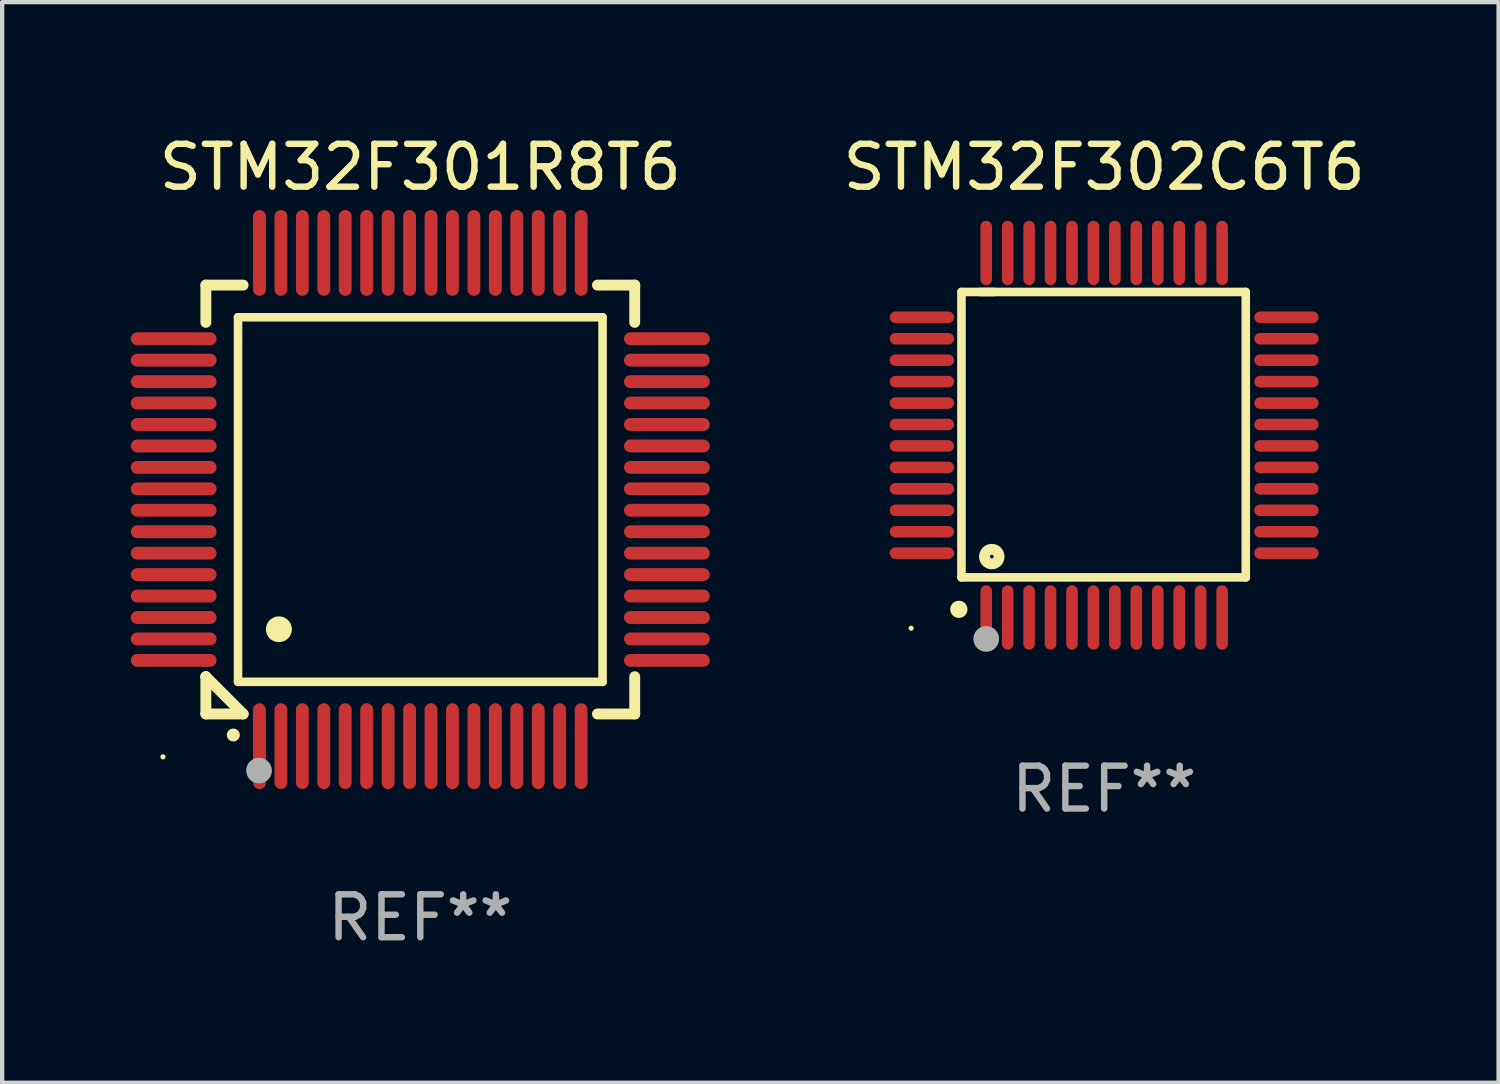
<source format=kicad_pcb>
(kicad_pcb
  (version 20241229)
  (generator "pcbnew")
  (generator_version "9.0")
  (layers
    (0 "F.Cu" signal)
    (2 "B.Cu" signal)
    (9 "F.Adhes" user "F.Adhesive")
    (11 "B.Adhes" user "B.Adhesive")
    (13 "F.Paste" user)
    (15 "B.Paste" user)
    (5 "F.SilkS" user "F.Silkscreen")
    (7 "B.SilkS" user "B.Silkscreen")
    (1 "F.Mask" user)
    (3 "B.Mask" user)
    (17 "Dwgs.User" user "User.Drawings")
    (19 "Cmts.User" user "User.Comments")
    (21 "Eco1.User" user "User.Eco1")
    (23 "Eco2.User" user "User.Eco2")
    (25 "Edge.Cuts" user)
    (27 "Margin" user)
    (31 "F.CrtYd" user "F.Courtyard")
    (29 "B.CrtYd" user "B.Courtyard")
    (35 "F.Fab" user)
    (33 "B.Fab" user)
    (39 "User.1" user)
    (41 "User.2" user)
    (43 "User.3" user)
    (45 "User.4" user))
  (footprint "STM32F302C6T6"
    (layer "F.Cu")
    (at 22.696 7.098)
    (property "Reference" "STM32F302C6T6" (at 0 -6.25 0) (layer "F.SilkS") (effects (font (size 1 1) (thickness 0.15))))
    (attr through_hole)
    (fp_line (start -3.327 -3.34) (end -2.565 -3.34) (stroke (width 0.2) (type solid)) (layer "F.SilkS"))
    (fp_line (start -3.327 3.315) (end -3.327 -3.34) (stroke (width 0.2) (type solid)) (layer "F.SilkS"))
    (fp_line (start -2.896 -3.34) (end 3.302 -3.34) (stroke (width 0.2) (type solid)) (layer "F.SilkS"))
    (fp_line (start 3.302 -3.34) (end 3.302 3.315) (stroke (width 0.2) (type solid)) (layer "F.SilkS"))
    (fp_line (start 3.302 3.315) (end -3.327 3.315) (stroke (width 0.2) (type solid)) (layer "F.SilkS"))
    (fp_arc (start -3.389992 4.059995) (mid -3.388722 4.059991) (end -3.387452 4.059995) (stroke (width 0.4) (type solid)) (layer "F.SilkS"))
    (fp_circle (center -4.5 4.5) (end -4.47 4.5) (stroke (width 0.06) (type solid)) (fill no) (layer "F.SilkS"))
    (fp_circle (center -2.62 2.83) (end -2.45 2.83) (stroke (width 0.254) (type solid)) (fill no) (layer "F.SilkS"))
    (fp_circle (center -2.75 4.75) (end -2.6 4.75) (stroke (width 0.3) (type solid)) (fill no) (layer "F.Fab"))
    (fp_text user "REF**" (at 0 8.25 0) (layer "F.Fab") (effects (font (size 1 1) (thickness 0.15))))
    (pad "1" smd oval (at -2.75 4.25) (size 0.27 1.5) (layers "F.Cu" "F.Mask" "F.Paste"))
    (pad "2" smd oval (at -2.25 4.25) (size 0.27 1.5) (layers "F.Cu" "F.Mask" "F.Paste"))
    (pad "3" smd oval (at -1.75 4.25) (size 0.27 1.5) (layers "F.Cu" "F.Mask" "F.Paste"))
    (pad "4" smd oval (at -1.25 4.25) (size 0.27 1.5) (layers "F.Cu" "F.Mask" "F.Paste"))
    (pad "5" smd oval (at -0.75 4.25) (size 0.27 1.5) (layers "F.Cu" "F.Mask" "F.Paste"))
    (pad "6" smd oval (at -0.25 4.25) (size 0.27 1.5) (layers "F.Cu" "F.Mask" "F.Paste"))
    (pad "7" smd oval (at 0.25 4.25) (size 0.27 1.5) (layers "F.Cu" "F.Mask" "F.Paste"))
    (pad "8" smd oval (at 0.75 4.25) (size 0.27 1.5) (layers "F.Cu" "F.Mask" "F.Paste"))
    (pad "9" smd oval (at 1.25 4.25) (size 0.27 1.5) (layers "F.Cu" "F.Mask" "F.Paste"))
    (pad "10" smd oval (at 1.75 4.25) (size 0.27 1.5) (layers "F.Cu" "F.Mask" "F.Paste"))
    (pad "11" smd oval (at 2.25 4.25) (size 0.27 1.5) (layers "F.Cu" "F.Mask" "F.Paste"))
    (pad "12" smd oval (at 2.75 4.25) (size 0.27 1.5) (layers "F.Cu" "F.Mask" "F.Paste"))
    (pad "13" smd oval (at 4.25 2.75) (size 1.5 0.27) (layers "F.Cu" "F.Mask" "F.Paste"))
    (pad "14" smd oval (at 4.25 2.25) (size 1.5 0.27) (layers "F.Cu" "F.Mask" "F.Paste"))
    (pad "15" smd oval (at 4.25 1.75) (size 1.5 0.27) (layers "F.Cu" "F.Mask" "F.Paste"))
    (pad "16" smd oval (at 4.25 1.25) (size 1.5 0.27) (layers "F.Cu" "F.Mask" "F.Paste"))
    (pad "17" smd oval (at 4.25 0.75) (size 1.5 0.27) (layers "F.Cu" "F.Mask" "F.Paste"))
    (pad "18" smd oval (at 4.25 0.25) (size 1.5 0.27) (layers "F.Cu" "F.Mask" "F.Paste"))
    (pad "19" smd oval (at 4.25 -0.25) (size 1.5 0.27) (layers "F.Cu" "F.Mask" "F.Paste"))
    (pad "20" smd oval (at 4.25 -0.75) (size 1.5 0.27) (layers "F.Cu" "F.Mask" "F.Paste"))
    (pad "21" smd oval (at 4.25 -1.25) (size 1.5 0.27) (layers "F.Cu" "F.Mask" "F.Paste"))
    (pad "22" smd oval (at 4.25 -1.75) (size 1.5 0.27) (layers "F.Cu" "F.Mask" "F.Paste"))
    (pad "23" smd oval (at 4.25 -2.25) (size 1.5 0.27) (layers "F.Cu" "F.Mask" "F.Paste"))
    (pad "24" smd oval (at 4.25 -2.75) (size 1.5 0.27) (layers "F.Cu" "F.Mask" "F.Paste"))
    (pad "25" smd oval (at 2.75 -4.25) (size 0.27 1.5) (layers "F.Cu" "F.Mask" "F.Paste"))
    (pad "26" smd oval (at 2.25 -4.25) (size 0.27 1.5) (layers "F.Cu" "F.Mask" "F.Paste"))
    (pad "27" smd oval (at 1.75 -4.25) (size 0.27 1.5) (layers "F.Cu" "F.Mask" "F.Paste"))
    (pad "28" smd oval (at 1.25 -4.25) (size 0.27 1.5) (layers "F.Cu" "F.Mask" "F.Paste"))
    (pad "29" smd oval (at 0.75 -4.25) (size 0.27 1.5) (layers "F.Cu" "F.Mask" "F.Paste"))
    (pad "30" smd oval (at 0.25 -4.25) (size 0.27 1.5) (layers "F.Cu" "F.Mask" "F.Paste"))
    (pad "31" smd oval (at -0.25 -4.25) (size 0.27 1.5) (layers "F.Cu" "F.Mask" "F.Paste"))
    (pad "32" smd oval (at -0.75 -4.25) (size 0.27 1.5) (layers "F.Cu" "F.Mask" "F.Paste"))
    (pad "33" smd oval (at -1.25 -4.25) (size 0.27 1.5) (layers "F.Cu" "F.Mask" "F.Paste"))
    (pad "34" smd oval (at -1.75 -4.25) (size 0.27 1.5) (layers "F.Cu" "F.Mask" "F.Paste"))
    (pad "35" smd oval (at -2.25 -4.25) (size 0.27 1.5) (layers "F.Cu" "F.Mask" "F.Paste"))
    (pad "36" smd oval (at -2.75 -4.25) (size 0.27 1.5) (layers "F.Cu" "F.Mask" "F.Paste"))
    (pad "37" smd oval (at -4.25 -2.75) (size 1.5 0.27) (layers "F.Cu" "F.Mask" "F.Paste"))
    (pad "38" smd oval (at -4.25 -2.25) (size 1.5 0.27) (layers "F.Cu" "F.Mask" "F.Paste"))
    (pad "39" smd oval (at -4.25 -1.75) (size 1.5 0.27) (layers "F.Cu" "F.Mask" "F.Paste"))
    (pad "40" smd oval (at -4.25 -1.25) (size 1.5 0.27) (layers "F.Cu" "F.Mask" "F.Paste"))
    (pad "41" smd oval (at -4.25 -0.75) (size 1.5 0.27) (layers "F.Cu" "F.Mask" "F.Paste"))
    (pad "42" smd oval (at -4.25 -0.25) (size 1.5 0.27) (layers "F.Cu" "F.Mask" "F.Paste"))
    (pad "43" smd oval (at -4.25 0.25) (size 1.5 0.27) (layers "F.Cu" "F.Mask" "F.Paste"))
    (pad "44" smd oval (at -4.25 0.75) (size 1.5 0.27) (layers "F.Cu" "F.Mask" "F.Paste"))
    (pad "45" smd oval (at -4.25 1.25) (size 1.5 0.27) (layers "F.Cu" "F.Mask" "F.Paste"))
    (pad "46" smd oval (at -4.25 1.75) (size 1.5 0.27) (layers "F.Cu" "F.Mask" "F.Paste"))
    (pad "47" smd oval (at -4.25 2.25) (size 1.5 0.27) (layers "F.Cu" "F.Mask" "F.Paste"))
    (pad "48" smd oval (at -4.25 2.75) (size 1.5 0.27) (layers "F.Cu" "F.Mask" "F.Paste")))
  (footprint "STM32F301R8T6"
    (layer "F.Cu")
    (at 6.75 8.598)
    (property "Reference" "STM32F301R8T6" (at 0 -7.75 0) (layer "F.SilkS") (effects (font (size 1 1) (thickness 0.15))))
    (attr through_hole)
    (fp_line (start -5 -5) (end -4.131 -5) (stroke (width 0.254) (type solid)) (layer "F.SilkS"))
    (fp_line (start -5 -4.131) (end -5 -5) (stroke (width 0.254) (type solid)) (layer "F.SilkS"))
    (fp_line (start -5 4.131) (end -5 4.131) (stroke (width 0.254) (type solid)) (layer "F.SilkS"))
    (fp_line (start -5 5) (end -5 4.131) (stroke (width 0.254) (type solid)) (layer "F.SilkS"))
    (fp_line (start -5 4.131) (end -4.131 5) (stroke (width 0.254) (type solid)) (layer "F.SilkS"))
    (fp_line (start -4.25 -4.25) (end -4.25 4.25) (stroke (width 0.2) (type solid)) (layer "F.SilkS"))
    (fp_line (start -4.25 4.25) (end 4.25 4.25) (stroke (width 0.2) (type solid)) (layer "F.SilkS"))
    (fp_line (start -4.131 5) (end -5 5) (stroke (width 0.254) (type solid)) (layer "F.SilkS"))
    (fp_line (start 4.25 -4.25) (end -4.25 -4.25) (stroke (width 0.2) (type solid)) (layer "F.SilkS"))
    (fp_line (start 4.25 4.25) (end 4.25 -4.25) (stroke (width 0.2) (type solid)) (layer "F.SilkS"))
    (fp_line (start 5 -5) (end 4.131 -5) (stroke (width 0.254) (type solid)) (layer "F.SilkS"))
    (fp_line (start 5 -5) (end 5 -4.131) (stroke (width 0.254) (type solid)) (layer "F.SilkS"))
    (fp_line (start 5 4.131) (end 5 5) (stroke (width 0.254) (type solid)) (layer "F.SilkS"))
    (fp_line (start 5 5) (end 4.131 5) (stroke (width 0.254) (type solid)) (layer "F.SilkS"))
    (fp_arc (start -4.361265 5.489992) (mid -4.359995 5.489987) (end -4.358725 5.489992) (stroke (width 0.3) (type solid)) (layer "F.SilkS"))
    (fp_arc (start -3.299467 3.025146) (mid -3.296927 3.025135) (end -3.294387 3.025146) (stroke (width 0.6) (type solid)) (layer "F.SilkS"))
    (fp_circle (center -6 6) (end -5.97 6) (stroke (width 0.06) (type solid)) (fill no) (layer "F.SilkS"))
    (fp_circle (center -3.76 6.32) (end -3.61 6.32) (stroke (width 0.3) (type solid)) (fill no) (layer "F.Fab"))
    (fp_text user "REF**" (at 0 9.75 0) (layer "F.Fab") (effects (font (size 1 1) (thickness 0.15))))
    (pad "1" smd oval (at -3.75 5.75) (size 0.3 2) (layers "F.Cu" "F.Mask" "F.Paste"))
    (pad "2" smd oval (at -3.25 5.75) (size 0.3 2) (layers "F.Cu" "F.Mask" "F.Paste"))
    (pad "3" smd oval (at -2.75 5.75) (size 0.3 2) (layers "F.Cu" "F.Mask" "F.Paste"))
    (pad "4" smd oval (at -2.25 5.75) (size 0.3 2) (layers "F.Cu" "F.Mask" "F.Paste"))
    (pad "5" smd oval (at -1.75 5.75) (size 0.3 2) (layers "F.Cu" "F.Mask" "F.Paste"))
    (pad "6" smd oval (at -1.25 5.75) (size 0.3 2) (layers "F.Cu" "F.Mask" "F.Paste"))
    (pad "7" smd oval (at -0.75 5.75) (size 0.3 2) (layers "F.Cu" "F.Mask" "F.Paste"))
    (pad "8" smd oval (at -0.25 5.75) (size 0.3 2) (layers "F.Cu" "F.Mask" "F.Paste"))
    (pad "9" smd oval (at 0.25 5.75) (size 0.3 2) (layers "F.Cu" "F.Mask" "F.Paste"))
    (pad "10" smd oval (at 0.75 5.75) (size 0.3 2) (layers "F.Cu" "F.Mask" "F.Paste"))
    (pad "11" smd oval (at 1.25 5.75) (size 0.3 2) (layers "F.Cu" "F.Mask" "F.Paste"))
    (pad "12" smd oval (at 1.75 5.75) (size 0.3 2) (layers "F.Cu" "F.Mask" "F.Paste"))
    (pad "13" smd oval (at 2.25 5.75) (size 0.3 2) (layers "F.Cu" "F.Mask" "F.Paste"))
    (pad "14" smd oval (at 2.75 5.75) (size 0.3 2) (layers "F.Cu" "F.Mask" "F.Paste"))
    (pad "15" smd oval (at 3.25 5.75) (size 0.3 2) (layers "F.Cu" "F.Mask" "F.Paste"))
    (pad "16" smd oval (at 3.75 5.75) (size 0.3 2) (layers "F.Cu" "F.Mask" "F.Paste"))
    (pad "17" smd oval (at 5.75 3.75) (size 2 0.3) (layers "F.Cu" "F.Mask" "F.Paste"))
    (pad "18" smd oval (at 5.75 3.25) (size 2 0.3) (layers "F.Cu" "F.Mask" "F.Paste"))
    (pad "19" smd oval (at 5.75 2.75) (size 2 0.3) (layers "F.Cu" "F.Mask" "F.Paste"))
    (pad "20" smd oval (at 5.75 2.25) (size 2 0.3) (layers "F.Cu" "F.Mask" "F.Paste"))
    (pad "21" smd oval (at 5.75 1.75) (size 2 0.3) (layers "F.Cu" "F.Mask" "F.Paste"))
    (pad "22" smd oval (at 5.75 1.25) (size 2 0.3) (layers "F.Cu" "F.Mask" "F.Paste"))
    (pad "23" smd oval (at 5.75 0.75) (size 2 0.3) (layers "F.Cu" "F.Mask" "F.Paste"))
    (pad "24" smd oval (at 5.75 0.25) (size 2 0.3) (layers "F.Cu" "F.Mask" "F.Paste"))
    (pad "25" smd oval (at 5.75 -0.25) (size 2 0.3) (layers "F.Cu" "F.Mask" "F.Paste"))
    (pad "26" smd oval (at 5.75 -0.75) (size 2 0.3) (layers "F.Cu" "F.Mask" "F.Paste"))
    (pad "27" smd oval (at 5.75 -1.25) (size 2 0.3) (layers "F.Cu" "F.Mask" "F.Paste"))
    (pad "28" smd oval (at 5.75 -1.75) (size 2 0.3) (layers "F.Cu" "F.Mask" "F.Paste"))
    (pad "29" smd oval (at 5.75 -2.25) (size 2 0.3) (layers "F.Cu" "F.Mask" "F.Paste"))
    (pad "30" smd oval (at 5.75 -2.75) (size 2 0.3) (layers "F.Cu" "F.Mask" "F.Paste"))
    (pad "31" smd oval (at 5.75 -3.25) (size 2 0.3) (layers "F.Cu" "F.Mask" "F.Paste"))
    (pad "32" smd oval (at 5.75 -3.75) (size 2 0.3) (layers "F.Cu" "F.Mask" "F.Paste"))
    (pad "33" smd oval (at 3.75 -5.75) (size 0.3 2) (layers "F.Cu" "F.Mask" "F.Paste"))
    (pad "34" smd oval (at 3.25 -5.75) (size 0.3 2) (layers "F.Cu" "F.Mask" "F.Paste"))
    (pad "35" smd oval (at 2.75 -5.75) (size 0.3 2) (layers "F.Cu" "F.Mask" "F.Paste"))
    (pad "36" smd oval (at 2.25 -5.75) (size 0.3 2) (layers "F.Cu" "F.Mask" "F.Paste"))
    (pad "37" smd oval (at 1.75 -5.75) (size 0.3 2) (layers "F.Cu" "F.Mask" "F.Paste"))
    (pad "38" smd oval (at 1.25 -5.75) (size 0.3 2) (layers "F.Cu" "F.Mask" "F.Paste"))
    (pad "39" smd oval (at 0.75 -5.75) (size 0.3 2) (layers "F.Cu" "F.Mask" "F.Paste"))
    (pad "40" smd oval (at 0.25 -5.75) (size 0.3 2) (layers "F.Cu" "F.Mask" "F.Paste"))
    (pad "41" smd oval (at -0.25 -5.75) (size 0.3 2) (layers "F.Cu" "F.Mask" "F.Paste"))
    (pad "42" smd oval (at -0.75 -5.75) (size 0.3 2) (layers "F.Cu" "F.Mask" "F.Paste"))
    (pad "43" smd oval (at -1.25 -5.75) (size 0.3 2) (layers "F.Cu" "F.Mask" "F.Paste"))
    (pad "44" smd oval (at -1.75 -5.75) (size 0.3 2) (layers "F.Cu" "F.Mask" "F.Paste"))
    (pad "45" smd oval (at -2.25 -5.75) (size 0.3 2) (layers "F.Cu" "F.Mask" "F.Paste"))
    (pad "46" smd oval (at -2.75 -5.75) (size 0.3 2) (layers "F.Cu" "F.Mask" "F.Paste"))
    (pad "47" smd oval (at -3.25 -5.75) (size 0.3 2) (layers "F.Cu" "F.Mask" "F.Paste"))
    (pad "48" smd oval (at -3.75 -5.75) (size 0.3 2) (layers "F.Cu" "F.Mask" "F.Paste"))
    (pad "49" smd oval (at -5.75 -3.75) (size 2 0.3) (layers "F.Cu" "F.Mask" "F.Paste"))
    (pad "50" smd oval (at -5.75 -3.25) (size 2 0.3) (layers "F.Cu" "F.Mask" "F.Paste"))
    (pad "51" smd oval (at -5.75 -2.75) (size 2 0.3) (layers "F.Cu" "F.Mask" "F.Paste"))
    (pad "52" smd oval (at -5.75 -2.25) (size 2 0.3) (layers "F.Cu" "F.Mask" "F.Paste"))
    (pad "53" smd oval (at -5.75 -1.75) (size 2 0.3) (layers "F.Cu" "F.Mask" "F.Paste"))
    (pad "54" smd oval (at -5.75 -1.25) (size 2 0.3) (layers "F.Cu" "F.Mask" "F.Paste"))
    (pad "55" smd oval (at -5.75 -0.75) (size 2 0.3) (layers "F.Cu" "F.Mask" "F.Paste"))
    (pad "56" smd oval (at -5.75 -0.25) (size 2 0.3) (layers "F.Cu" "F.Mask" "F.Paste"))
    (pad "57" smd oval (at -5.75 0.25) (size 2 0.3) (layers "F.Cu" "F.Mask" "F.Paste"))
    (pad "58" smd oval (at -5.75 0.75) (size 2 0.3) (layers "F.Cu" "F.Mask" "F.Paste"))
    (pad "59" smd oval (at -5.75 1.25) (size 2 0.3) (layers "F.Cu" "F.Mask" "F.Paste"))
    (pad "60" smd oval (at -5.75 1.75) (size 2 0.3) (layers "F.Cu" "F.Mask" "F.Paste"))
    (pad "61" smd oval (at -5.75 2.25) (size 2 0.3) (layers "F.Cu" "F.Mask" "F.Paste"))
    (pad "62" smd oval (at -5.75 2.75) (size 2 0.3) (layers "F.Cu" "F.Mask" "F.Paste"))
    (pad "63" smd oval (at -5.75 3.25) (size 2 0.3) (layers "F.Cu" "F.Mask" "F.Paste"))
    (pad "64" smd oval (at -5.75 3.75) (size 2 0.3) (layers "F.Cu" "F.Mask" "F.Paste")))
  (gr_rect
    (start -3 -3)
    (end 31.892 22.196)
    (stroke (width 0.1) (type default))
    (fill no)
    (layer "Edge.Cuts")))
</source>
